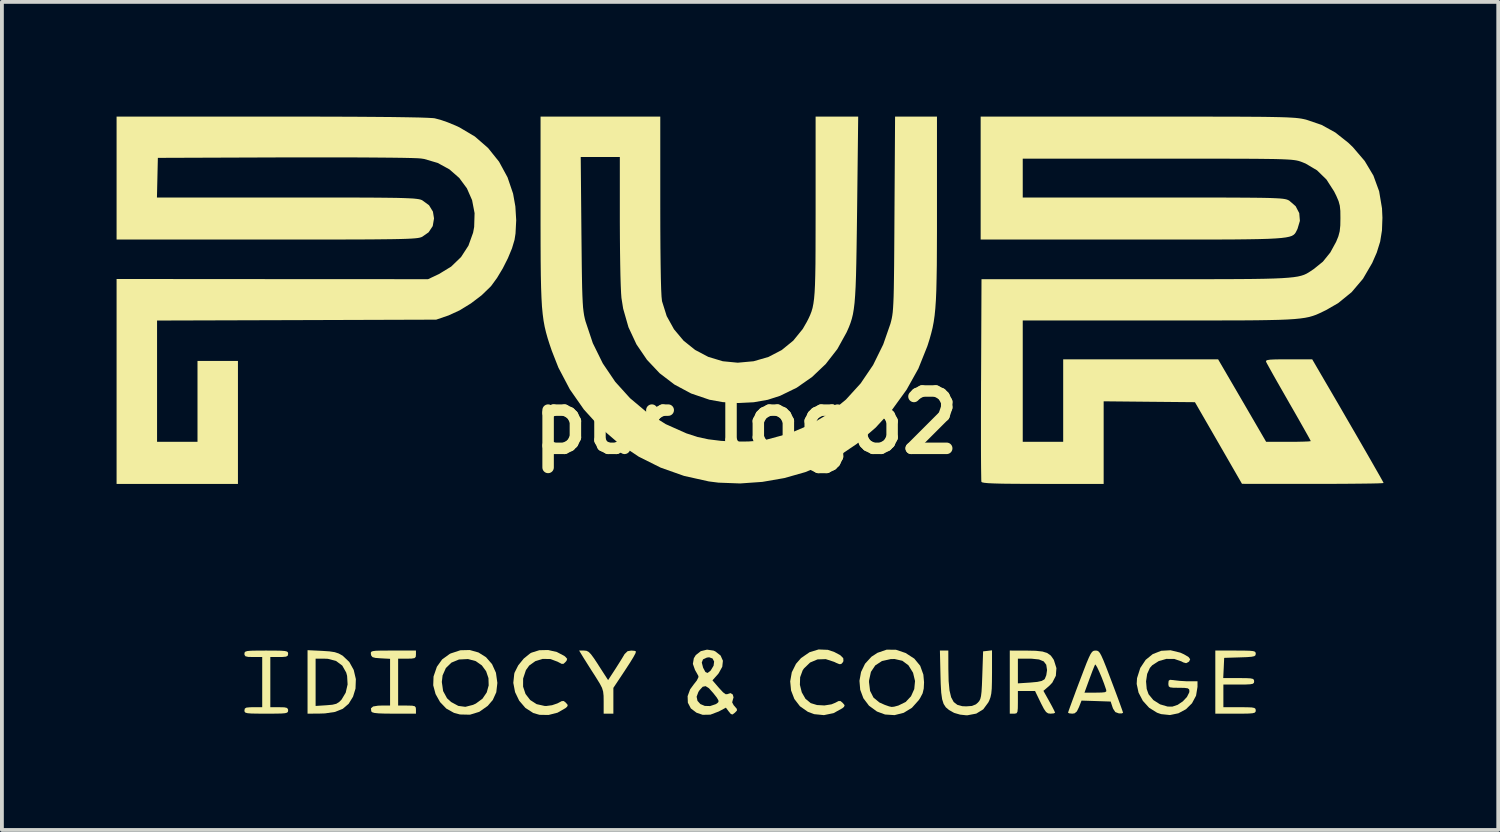
<source format=kicad_pcb>
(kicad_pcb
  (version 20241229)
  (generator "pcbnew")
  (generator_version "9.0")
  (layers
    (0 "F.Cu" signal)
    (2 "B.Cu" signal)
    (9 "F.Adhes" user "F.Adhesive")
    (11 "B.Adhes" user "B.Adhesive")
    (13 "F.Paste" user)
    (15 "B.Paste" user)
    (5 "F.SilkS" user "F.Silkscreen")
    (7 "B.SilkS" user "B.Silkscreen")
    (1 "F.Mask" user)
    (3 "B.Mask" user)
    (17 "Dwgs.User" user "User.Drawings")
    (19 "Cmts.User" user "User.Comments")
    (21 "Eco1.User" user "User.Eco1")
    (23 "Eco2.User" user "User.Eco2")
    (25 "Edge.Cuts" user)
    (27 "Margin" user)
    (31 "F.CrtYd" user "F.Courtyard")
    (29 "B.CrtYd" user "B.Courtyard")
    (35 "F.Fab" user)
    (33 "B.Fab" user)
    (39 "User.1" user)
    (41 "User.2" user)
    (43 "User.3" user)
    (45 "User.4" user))
  (footprint "pur_logo2"
    (layer "F.Cu")
    (at 16.468 8.001)
    (property "Reference" "pur_logo2" (at 0 0 0) (layer "F.SilkS") (effects (font (size 1.5 1.5) (thickness 0.3))))
    (attr board_only exclude_from_pos_files exclude_from_bom)
    (fp_poly (pts (xy -11.095 5.977) (xy -10.899 5.99) (xy -10.761 6.011) (xy -10.656 6.046) (xy -10.557 6.101) (xy -10.55 6.106) (xy -10.38 6.267) (xy -10.264 6.476) (xy -10.208 6.715) (xy -10.217 6.964) (xy -10.282 7.176) (xy -10.396 7.361) (xy -10.549 7.492) (xy -10.752 7.574) (xy -11.016 7.613) (xy -11.165 7.618) (xy -11.472 7.62) (xy -11.472 6.789) (xy -11.472 6.181) (xy -11.261 6.181) (xy -11.261 6.799) (xy -11.261 7.418) (xy -10.98 7.4) (xy -10.821 7.386) (xy -10.719 7.361) (xy -10.643 7.313) (xy -10.581 7.25) (xy -10.474 7.071) (xy -10.424 6.855) (xy -10.437 6.63) (xy -10.461 6.543) (xy -10.564 6.362) (xy -10.725 6.242) (xy -10.94 6.185) (xy -11.034 6.181) (xy -11.261 6.181) (xy -11.472 6.181) (xy -11.472 5.959)) (stroke (width 0) (type solid)) (fill yes) (layer "F.SilkS"))
    (fp_poly (pts (xy -8.636 6.075) (xy -8.642 6.135) (xy -8.674 6.167) (xy -8.753 6.179) (xy -8.869 6.181) (xy -9.102 6.181) (xy -9.102 6.795) (xy -9.102 7.408) (xy -8.869 7.408) (xy -8.735 7.411) (xy -8.666 7.426) (xy -8.64 7.461) (xy -8.636 7.514) (xy -8.636 7.62) (xy -9.209 7.62) (xy -9.448 7.618) (xy -9.615 7.612) (xy -9.722 7.601) (xy -9.782 7.583) (xy -9.805 7.559) (xy -9.813 7.48) (xy -9.757 7.432) (xy -9.629 7.411) (xy -9.544 7.408) (xy -9.313 7.408) (xy -9.313 6.797) (xy -9.313 6.185) (xy -9.557 6.172) (xy -9.696 6.161) (xy -9.772 6.141) (xy -9.805 6.102) (xy -9.814 6.064) (xy -9.817 6.027) (xy -9.805 6.001) (xy -9.765 5.984) (xy -9.685 5.974) (xy -9.552 5.97) (xy -9.353 5.969) (xy -9.232 5.969) (xy -8.636 5.969)) (stroke (width 0) (type solid)) (fill yes) (layer "F.SilkS"))
    (fp_poly (pts (xy -4.175 5.975) (xy -4.119 6.003) (xy -4.058 6.064) (xy -3.979 6.171) (xy -3.869 6.337) (xy -3.858 6.356) (xy -3.609 6.742) (xy -3.419 6.451) (xy -3.324 6.301) (xy -3.241 6.168) (xy -3.186 6.076) (xy -3.18 6.064) (xy -3.1 5.986) (xy -3.004 5.969) (xy -2.916 5.976) (xy -2.879 5.993) (xy -2.879 5.993) (xy -2.895 6.045) (xy -2.948 6.143) (xy -3.041 6.294) (xy -3.178 6.504) (xy -3.224 6.574) (xy -3.471 6.945) (xy -3.471 7.283) (xy -3.471 7.62) (xy -3.598 7.62) (xy -3.725 7.62) (xy -3.725 7.302) (xy -3.727 7.153) (xy -3.739 7.042) (xy -3.768 6.945) (xy -3.825 6.835) (xy -3.917 6.686) (xy -3.949 6.635) (xy -4.059 6.464) (xy -4.163 6.299) (xy -4.245 6.169) (xy -4.27 6.128) (xy -4.367 5.969) (xy -4.237 5.969)) (stroke (width 0) (type solid)) (fill yes) (layer "F.SilkS"))
    (fp_poly (pts (xy 2.14 5.95) (xy 2.307 6.006) (xy 2.465 6.09) (xy 2.543 6.168) (xy 2.548 6.245) (xy 2.529 6.28) (xy 2.49 6.321) (xy 2.442 6.325) (xy 2.357 6.29) (xy 2.309 6.266) (xy 2.086 6.193) (xy 1.87 6.2) (xy 1.676 6.282) (xy 1.516 6.436) (xy 1.481 6.487) (xy 1.415 6.667) (xy 1.409 6.866) (xy 1.458 7.062) (xy 1.554 7.23) (xy 1.692 7.344) (xy 1.856 7.394) (xy 2.05 7.405) (xy 2.234 7.376) (xy 2.332 7.336) (xy 2.42 7.29) (xy 2.473 7.291) (xy 2.529 7.338) (xy 2.579 7.398) (xy 2.563 7.442) (xy 2.519 7.479) (xy 2.29 7.606) (xy 2.038 7.658) (xy 1.783 7.633) (xy 1.618 7.572) (xy 1.411 7.427) (xy 1.264 7.236) (xy 1.178 7.013) (xy 1.155 6.775) (xy 1.197 6.537) (xy 1.307 6.316) (xy 1.439 6.165) (xy 1.662 6.012) (xy 1.898 5.94)) (stroke (width 0) (type solid)) (fill yes) (layer "F.SilkS"))
    (fp_poly (pts (xy 6.435 6.55) (xy 6.433 6.792) (xy 6.428 6.967) (xy 6.416 7.093) (xy 6.395 7.19) (xy 6.364 7.274) (xy 6.339 7.325) (xy 6.206 7.506) (xy 6.024 7.618) (xy 5.793 7.662) (xy 5.757 7.662) (xy 5.601 7.645) (xy 5.451 7.602) (xy 5.422 7.588) (xy 5.31 7.524) (xy 5.227 7.454) (xy 5.169 7.365) (xy 5.13 7.242) (xy 5.106 7.071) (xy 5.093 6.84) (xy 5.087 6.622) (xy 5.072 5.969) (xy 5.182 5.969) (xy 5.292 5.969) (xy 5.293 6.445) (xy 5.3 6.766) (xy 5.323 7.012) (xy 5.366 7.192) (xy 5.433 7.315) (xy 5.528 7.389) (xy 5.656 7.424) (xy 5.757 7.429) (xy 5.909 7.418) (xy 6.013 7.376) (xy 6.063 7.333) (xy 6.101 7.29) (xy 6.128 7.237) (xy 6.147 7.161) (xy 6.161 7.046) (xy 6.171 6.878) (xy 6.18 6.641) (xy 6.181 6.614) (xy 6.202 5.99) (xy 6.318 5.977) (xy 6.435 5.963)) (stroke (width 0) (type solid)) (fill yes) (layer "F.SilkS"))
    (fp_poly (pts (xy 13.026 5.97) (xy 13.174 5.974) (xy 13.266 5.983) (xy 13.314 5.999) (xy 13.332 6.025) (xy 13.335 6.052) (xy 13.328 6.091) (xy 13.297 6.116) (xy 13.227 6.131) (xy 13.102 6.141) (xy 12.922 6.147) (xy 12.509 6.16) (xy 12.497 6.424) (xy 12.484 6.689) (xy 12.888 6.689) (xy 13.076 6.69) (xy 13.194 6.696) (xy 13.26 6.71) (xy 13.287 6.735) (xy 13.293 6.773) (xy 13.287 6.813) (xy 13.258 6.838) (xy 13.191 6.851) (xy 13.07 6.857) (xy 12.89 6.858) (xy 12.488 6.858) (xy 12.488 7.154) (xy 12.488 7.451) (xy 12.912 7.451) (xy 13.104 7.452) (xy 13.228 7.457) (xy 13.297 7.47) (xy 13.328 7.494) (xy 13.335 7.531) (xy 13.335 7.535) (xy 13.33 7.57) (xy 13.307 7.594) (xy 13.25 7.609) (xy 13.148 7.617) (xy 12.985 7.62) (xy 12.806 7.62) (xy 12.277 7.62) (xy 12.277 6.795) (xy 12.277 5.969) (xy 12.806 5.969)) (stroke (width 0) (type solid)) (fill yes) (layer "F.SilkS"))
    (fp_poly (pts (xy -7 6.019) (xy -6.802 6.144) (xy -6.645 6.324) (xy -6.543 6.55) (xy -6.506 6.816) (xy -6.534 7.06) (xy -6.626 7.262) (xy -6.759 7.417) (xy -6.979 7.572) (xy -7.223 7.647) (xy -7.484 7.641) (xy -7.641 7.599) (xy -7.84 7.488) (xy -8.005 7.317) (xy -8.123 7.106) (xy -8.184 6.878) (xy -8.181 6.791) (xy -7.959 6.791) (xy -7.925 7.029) (xy -7.823 7.217) (xy -7.716 7.315) (xy -7.527 7.417) (xy -7.343 7.441) (xy -7.143 7.39) (xy -7.068 7.355) (xy -6.895 7.228) (xy -6.784 7.064) (xy -6.733 6.88) (xy -6.739 6.69) (xy -6.8 6.51) (xy -6.912 6.357) (xy -7.072 6.245) (xy -7.274 6.191) (xy -7.511 6.203) (xy -7.707 6.284) (xy -7.853 6.426) (xy -7.939 6.619) (xy -7.959 6.791) (xy -8.181 6.791) (xy -8.176 6.651) (xy -8.175 6.645) (xy -8.088 6.392) (xy -7.951 6.201) (xy -7.756 6.059) (xy -7.726 6.044) (xy -7.474 5.961) (xy -7.228 5.955)) (stroke (width 0) (type solid)) (fill yes) (layer "F.SilkS"))
    (fp_poly (pts (xy -4.951 6.006) (xy -4.758 6.107) (xy -4.73 6.129) (xy -4.68 6.185) (xy -4.696 6.236) (xy -4.724 6.269) (xy -4.774 6.315) (xy -4.823 6.317) (xy -4.906 6.274) (xy -4.925 6.263) (xy -5.116 6.191) (xy -5.319 6.187) (xy -5.512 6.246) (xy -5.673 6.361) (xy -5.759 6.481) (xy -5.832 6.701) (xy -5.833 6.913) (xy -5.769 7.105) (xy -5.648 7.262) (xy -5.479 7.371) (xy -5.269 7.418) (xy -5.226 7.419) (xy -5.076 7.399) (xy -4.937 7.352) (xy -4.913 7.34) (xy -4.823 7.292) (xy -4.769 7.289) (xy -4.715 7.332) (xy -4.712 7.335) (xy -4.664 7.394) (xy -4.681 7.438) (xy -4.722 7.474) (xy -4.931 7.594) (xy -5.167 7.654) (xy -5.404 7.65) (xy -5.567 7.603) (xy -5.773 7.469) (xy -5.935 7.28) (xy -6.043 7.056) (xy -6.089 6.814) (xy -6.064 6.576) (xy -6.054 6.542) (xy -5.96 6.356) (xy -5.815 6.178) (xy -5.648 6.043) (xy -5.613 6.024) (xy -5.409 5.96) (xy -5.178 5.955)) (stroke (width 0) (type solid)) (fill yes) (layer "F.SilkS"))
    (fp_poly (pts (xy -12.322 5.97) (xy -12.164 5.973) (xy -12.064 5.981) (xy -12.009 5.995) (xy -11.985 6.018) (xy -11.98 6.052) (xy -11.98 6.054) (xy -11.99 6.103) (xy -12.034 6.128) (xy -12.131 6.137) (xy -12.213 6.138) (xy -12.446 6.138) (xy -12.446 6.795) (xy -12.446 7.451) (xy -12.213 7.451) (xy -12.079 7.454) (xy -12.009 7.47) (xy -11.983 7.506) (xy -11.98 7.535) (xy -11.985 7.569) (xy -12.007 7.593) (xy -12.061 7.608) (xy -12.159 7.616) (xy -12.314 7.619) (xy -12.541 7.62) (xy -12.552 7.62) (xy -12.781 7.619) (xy -12.94 7.616) (xy -13.04 7.608) (xy -13.095 7.594) (xy -13.118 7.571) (xy -13.123 7.537) (xy -13.123 7.535) (xy -13.113 7.486) (xy -13.07 7.461) (xy -12.972 7.452) (xy -12.89 7.451) (xy -12.658 7.451) (xy -12.658 6.795) (xy -12.658 6.138) (xy -12.89 6.138) (xy -13.025 6.135) (xy -13.095 6.119) (xy -13.121 6.083) (xy -13.123 6.054) (xy -13.119 6.02) (xy -13.096 5.996) (xy -13.043 5.981) (xy -12.945 5.973) (xy -12.789 5.97) (xy -12.563 5.969) (xy -12.552 5.969)) (stroke (width 0) (type solid)) (fill yes) (layer "F.SilkS"))
    (fp_poly (pts (xy 3.92 5.947) (xy 4.172 6.032) (xy 4.173 6.032) (xy 4.402 6.18) (xy 4.556 6.367) (xy 4.639 6.598) (xy 4.657 6.798) (xy 4.649 6.963) (xy 4.62 7.087) (xy 4.555 7.211) (xy 4.519 7.266) (xy 4.34 7.466) (xy 4.124 7.598) (xy 3.885 7.658) (xy 3.637 7.642) (xy 3.425 7.564) (xy 3.216 7.411) (xy 3.07 7.217) (xy 2.987 6.995) (xy 2.97 6.793) (xy 3.217 6.793) (xy 3.245 7.024) (xy 3.334 7.199) (xy 3.489 7.327) (xy 3.63 7.39) (xy 3.741 7.429) (xy 3.81 7.444) (xy 3.876 7.437) (xy 3.979 7.409) (xy 3.986 7.407) (xy 4.176 7.314) (xy 4.316 7.165) (xy 4.401 6.976) (xy 4.421 6.766) (xy 4.37 6.552) (xy 4.366 6.544) (xy 4.247 6.353) (xy 4.089 6.236) (xy 3.886 6.19) (xy 3.786 6.192) (xy 3.556 6.243) (xy 3.381 6.357) (xy 3.267 6.527) (xy 3.219 6.747) (xy 3.217 6.793) (xy 2.97 6.793) (xy 2.967 6.761) (xy 3.009 6.529) (xy 3.113 6.314) (xy 3.28 6.131) (xy 3.438 6.028) (xy 3.677 5.946)) (stroke (width 0) (type solid)) (fill yes) (layer "F.SilkS"))
    (fp_poly (pts (xy 7.334 5.97) (xy 7.581 5.975) (xy 7.759 5.995) (xy 7.884 6.036) (xy 7.974 6.101) (xy 8.043 6.198) (xy 8.056 6.224) (xy 8.12 6.428) (xy 8.105 6.629) (xy 8.012 6.809) (xy 7.937 6.888) (xy 7.78 7.023) (xy 7.933 7.297) (xy 8.007 7.432) (xy 8.061 7.538) (xy 8.085 7.593) (xy 8.086 7.595) (xy 8.049 7.613) (xy 7.967 7.62) (xy 7.902 7.612) (xy 7.849 7.576) (xy 7.794 7.497) (xy 7.722 7.359) (xy 7.705 7.324) (xy 7.561 7.027) (xy 7.337 7.027) (xy 7.112 7.027) (xy 7.112 7.324) (xy 7.11 7.478) (xy 7.101 7.567) (xy 7.078 7.608) (xy 7.034 7.619) (xy 7.006 7.62) (xy 6.9 7.62) (xy 6.9 6.795) (xy 6.9 6.181) (xy 7.112 6.181) (xy 7.112 6.504) (xy 7.112 6.827) (xy 7.436 6.806) (xy 7.618 6.789) (xy 7.734 6.764) (xy 7.801 6.726) (xy 7.817 6.708) (xy 7.855 6.614) (xy 7.874 6.487) (xy 7.874 6.471) (xy 7.854 6.34) (xy 7.788 6.253) (xy 7.665 6.202) (xy 7.475 6.182) (xy 7.399 6.181) (xy 7.112 6.181) (xy 6.9 6.181) (xy 6.9 5.969)) (stroke (width 0) (type solid)) (fill yes) (layer "F.SilkS"))
    (fp_poly (pts (xy 9.184 5.972) (xy 9.22 5.99) (xy 9.256 6.031) (xy 9.297 6.106) (xy 9.35 6.225) (xy 9.42 6.399) (xy 9.511 6.637) (xy 9.561 6.769) (xy 9.653 7.013) (xy 9.734 7.23) (xy 9.798 7.407) (xy 9.843 7.533) (xy 9.863 7.594) (xy 9.864 7.597) (xy 9.828 7.614) (xy 9.751 7.612) (xy 9.662 7.579) (xy 9.604 7.492) (xy 9.588 7.451) (xy 9.539 7.303) (xy 9.158 7.29) (xy 8.777 7.278) (xy 8.71 7.449) (xy 8.655 7.561) (xy 8.596 7.611) (xy 8.534 7.62) (xy 8.452 7.611) (xy 8.424 7.594) (xy 8.439 7.549) (xy 8.479 7.436) (xy 8.54 7.269) (xy 8.614 7.07) (xy 8.854 7.07) (xy 9.15 7.07) (xy 9.305 7.067) (xy 9.391 7.058) (xy 9.425 7.036) (xy 9.423 6.998) (xy 9.422 6.996) (xy 9.366 6.833) (xy 9.303 6.669) (xy 9.24 6.521) (xy 9.186 6.406) (xy 9.146 6.341) (xy 9.132 6.335) (xy 9.107 6.391) (xy 9.061 6.506) (xy 9.004 6.659) (xy 8.98 6.723) (xy 8.854 7.07) (xy 8.614 7.07) (xy 8.617 7.06) (xy 8.707 6.821) (xy 8.727 6.769) (xy 8.83 6.498) (xy 8.908 6.296) (xy 8.968 6.154) (xy 9.014 6.06) (xy 9.052 6.005) (xy 9.088 5.978) (xy 9.125 5.97) (xy 9.144 5.969)) (stroke (width 0) (type solid)) (fill yes) (layer "F.SilkS"))
    (fp_poly (pts (xy 11.363 6.024) (xy 11.459 6.068) (xy 11.576 6.138) (xy 11.619 6.195) (xy 11.595 6.25) (xy 11.575 6.268) (xy 11.514 6.299) (xy 11.44 6.279) (xy 11.389 6.252) (xy 11.204 6.188) (xy 10.997 6.187) (xy 10.795 6.245) (xy 10.626 6.354) (xy 10.565 6.423) (xy 10.494 6.58) (xy 10.465 6.775) (xy 10.482 6.973) (xy 10.531 7.112) (xy 10.656 7.264) (xy 10.832 7.376) (xy 11.029 7.434) (xy 11.155 7.435) (xy 11.292 7.389) (xy 11.427 7.298) (xy 11.535 7.183) (xy 11.594 7.066) (xy 11.599 7.028) (xy 11.591 6.982) (xy 11.553 6.956) (xy 11.467 6.945) (xy 11.324 6.943) (xy 11.176 6.941) (xy 11.094 6.931) (xy 11.058 6.904) (xy 11.049 6.853) (xy 11.049 6.831) (xy 11.056 6.76) (xy 11.092 6.734) (xy 11.182 6.742) (xy 11.208 6.746) (xy 11.348 6.762) (xy 11.518 6.772) (xy 11.589 6.773) (xy 11.811 6.773) (xy 11.811 6.919) (xy 11.773 7.15) (xy 11.667 7.348) (xy 11.509 7.504) (xy 11.312 7.61) (xy 11.091 7.656) (xy 10.86 7.632) (xy 10.753 7.595) (xy 10.546 7.466) (xy 10.381 7.284) (xy 10.269 7.07) (xy 10.22 6.842) (xy 10.229 6.691) (xy 10.314 6.424) (xy 10.455 6.212) (xy 10.641 6.061) (xy 10.862 5.975) (xy 11.106 5.961)) (stroke (width 0) (type solid)) (fill yes) (layer "F.SilkS"))
    (fp_poly (pts (xy -0.85 5.97) (xy -0.804 5.991) (xy -0.666 6.099) (xy -0.605 6.235) (xy -0.622 6.393) (xy -0.716 6.563) (xy -0.758 6.613) (xy -0.879 6.748) (xy -0.706 6.949) (xy -0.601 7.062) (xy -0.531 7.112) (xy -0.483 7.109) (xy -0.478 7.105) (xy -0.405 7.082) (xy -0.347 7.119) (xy -0.327 7.194) (xy -0.343 7.247) (xy -0.363 7.324) (xy -0.323 7.4) (xy -0.299 7.426) (xy -0.24 7.496) (xy -0.239 7.54) (xy -0.292 7.595) (xy -0.353 7.641) (xy -0.397 7.629) (xy -0.45 7.566) (xy -0.527 7.463) (xy -0.714 7.563) (xy -0.933 7.646) (xy -1.135 7.65) (xy -1.296 7.595) (xy -1.444 7.483) (xy -1.522 7.334) (xy -1.528 7.177) (xy -1.293 7.177) (xy -1.27 7.286) (xy -1.194 7.369) (xy -1.079 7.417) (xy -0.94 7.421) (xy -0.794 7.372) (xy -0.754 7.347) (xy -0.721 7.314) (xy -0.723 7.27) (xy -0.766 7.198) (xy -0.858 7.081) (xy -0.971 6.954) (xy -1.058 6.9) (xy -1.134 6.916) (xy -1.214 7.003) (xy -1.247 7.052) (xy -1.293 7.177) (xy -1.528 7.177) (xy -1.529 7.163) (xy -1.463 6.984) (xy -1.371 6.858) (xy -1.288 6.752) (xy -1.246 6.667) (xy -1.246 6.636) (xy -1.287 6.561) (xy -1.335 6.477) (xy -1.391 6.318) (xy -1.385 6.282) (xy -1.158 6.282) (xy -1.125 6.412) (xy -1.119 6.426) (xy -1.063 6.53) (xy -1.007 6.555) (xy -0.939 6.505) (xy -0.923 6.488) (xy -0.849 6.365) (xy -0.835 6.256) (xy -0.876 6.177) (xy -0.965 6.145) (xy -1.026 6.153) (xy -1.126 6.2) (xy -1.158 6.282) (xy -1.385 6.282) (xy -1.366 6.17) (xy -1.313 6.085) (xy -1.184 5.985) (xy -1.02 5.945)) (stroke (width 0) (type solid)) (fill yes) (layer "F.SilkS"))
    (fp_poly (pts (xy -11.637 -8.001) (xy -10.921 -7.999) (xy -10.285 -7.997) (xy -9.73 -7.993) (xy -9.257 -7.989) (xy -8.865 -7.983) (xy -8.557 -7.977) (xy -8.331 -7.969) (xy -8.189 -7.961) (xy -8.146 -7.956) (xy -7.996 -7.917) (xy -7.803 -7.85) (xy -7.597 -7.765) (xy -7.498 -7.719) (xy -7.095 -7.48) (xy -6.748 -7.178) (xy -6.462 -6.821) (xy -6.24 -6.412) (xy -6.095 -5.986) (xy -6.035 -5.65) (xy -6.013 -5.289) (xy -6.031 -4.941) (xy -6.057 -4.775) (xy -6.123 -4.554) (xy -6.23 -4.296) (xy -6.365 -4.029) (xy -6.515 -3.779) (xy -6.664 -3.575) (xy -6.689 -3.547) (xy -6.919 -3.325) (xy -7.198 -3.113) (xy -7.495 -2.931) (xy -7.782 -2.799) (xy -7.823 -2.785) (xy -8.107 -2.688) (xy -11.758 -2.676) (xy -15.409 -2.665) (xy -15.409 -1.078) (xy -15.409 0.508) (xy -14.88 0.508) (xy -14.351 0.508) (xy -14.351 -0.55) (xy -14.351 -1.609) (xy -13.822 -1.609) (xy -13.293 -1.609) (xy -13.293 0) (xy -13.293 1.609) (xy -14.88 1.609) (xy -16.468 1.609) (xy -16.468 -1.072) (xy -16.468 -3.752) (xy -12.393 -3.749) (xy -8.319 -3.747) (xy -8.035 -3.881) (xy -7.715 -4.076) (xy -7.456 -4.326) (xy -7.263 -4.624) (xy -7.141 -4.963) (xy -7.113 -5.112) (xy -7.102 -5.474) (xy -7.167 -5.814) (xy -7.303 -6.124) (xy -7.503 -6.395) (xy -7.76 -6.62) (xy -8.067 -6.788) (xy -8.417 -6.891) (xy -8.5 -6.904) (xy -8.589 -6.911) (xy -8.757 -6.917) (xy -8.995 -6.922) (xy -9.299 -6.926) (xy -9.66 -6.929) (xy -10.073 -6.932) (xy -10.53 -6.933) (xy -11.025 -6.934) (xy -11.551 -6.934) (xy -12.086 -6.933) (xy -15.388 -6.921) (xy -15.4 -6.403) (xy -15.412 -5.884) (xy -12.013 -5.884) (xy -11.395 -5.884) (xy -10.855 -5.884) (xy -10.388 -5.883) (xy -9.99 -5.882) (xy -9.653 -5.88) (xy -9.372 -5.877) (xy -9.143 -5.874) (xy -8.958 -5.869) (xy -8.813 -5.863) (xy -8.701 -5.857) (xy -8.618 -5.848) (xy -8.557 -5.839) (xy -8.512 -5.828) (xy -8.479 -5.815) (xy -8.47 -5.81) (xy -8.294 -5.682) (xy -8.192 -5.515) (xy -8.163 -5.337) (xy -8.197 -5.136) (xy -8.305 -4.973) (xy -8.47 -4.858) (xy -8.499 -4.845) (xy -8.536 -4.834) (xy -8.588 -4.824) (xy -8.66 -4.816) (xy -8.756 -4.809) (xy -8.882 -4.803) (xy -9.043 -4.798) (xy -9.244 -4.794) (xy -9.491 -4.791) (xy -9.789 -4.788) (xy -10.143 -4.786) (xy -10.558 -4.785) (xy -11.04 -4.784) (xy -11.594 -4.784) (xy -12.224 -4.784) (xy -12.541 -4.784) (xy -16.468 -4.784) (xy -16.468 -6.392) (xy -16.468 -8.001) (xy -12.433 -8.001)) (stroke (width 0) (type solid)) (fill yes) (layer "F.SilkS"))
    (fp_poly (pts (xy -2.244 -5.696) (xy -2.243 -5.098) (xy -2.24 -4.578) (xy -2.235 -4.136) (xy -2.229 -3.773) (xy -2.221 -3.492) (xy -2.211 -3.292) (xy -2.199 -3.176) (xy -2.197 -3.167) (xy -2.076 -2.782) (xy -1.885 -2.437) (xy -1.635 -2.139) (xy -1.332 -1.896) (xy -0.987 -1.714) (xy -0.608 -1.6) (xy -0.218 -1.562) (xy 0.198 -1.6) (xy 0.585 -1.712) (xy 0.933 -1.893) (xy 1.235 -2.139) (xy 1.483 -2.444) (xy 1.59 -2.63) (xy 1.638 -2.724) (xy 1.678 -2.812) (xy 1.712 -2.9) (xy 1.74 -2.995) (xy 1.762 -3.106) (xy 1.78 -3.24) (xy 1.794 -3.404) (xy 1.804 -3.605) (xy 1.811 -3.851) (xy 1.816 -4.149) (xy 1.818 -4.507) (xy 1.819 -4.932) (xy 1.82 -5.431) (xy 1.82 -5.641) (xy 1.82 -8.001) (xy 2.377 -8.001) (xy 2.934 -8.001) (xy 2.906 -5.599) (xy 2.899 -5.051) (xy 2.892 -4.58) (xy 2.885 -4.18) (xy 2.877 -3.842) (xy 2.867 -3.559) (xy 2.854 -3.323) (xy 2.839 -3.128) (xy 2.819 -2.966) (xy 2.796 -2.829) (xy 2.767 -2.71) (xy 2.733 -2.602) (xy 2.693 -2.497) (xy 2.645 -2.388) (xy 2.629 -2.353) (xy 2.389 -1.919) (xy 2.085 -1.528) (xy 1.727 -1.188) (xy 1.326 -0.908) (xy 0.891 -0.696) (xy 0.569 -0.592) (xy 0.2 -0.527) (xy -0.206 -0.507) (xy -0.611 -0.531) (xy -0.956 -0.593) (xy -1.435 -0.756) (xy -1.871 -0.989) (xy -2.259 -1.285) (xy -2.592 -1.638) (xy -2.867 -2.042) (xy -3.076 -2.49) (xy -3.215 -2.976) (xy -3.26 -3.258) (xy -3.269 -3.383) (xy -3.278 -3.58) (xy -3.286 -3.838) (xy -3.292 -4.145) (xy -3.297 -4.489) (xy -3.3 -4.859) (xy -3.302 -5.242) (xy -3.302 -5.281) (xy -3.302 -6.943) (xy -3.814 -6.943) (xy -4.325 -6.943) (xy -4.307 -4.964) (xy -4.302 -4.498) (xy -4.298 -4.108) (xy -4.293 -3.787) (xy -4.288 -3.524) (xy -4.281 -3.313) (xy -4.273 -3.143) (xy -4.264 -3.008) (xy -4.251 -2.898) (xy -4.237 -2.804) (xy -4.219 -2.719) (xy -4.2 -2.646) (xy -4.009 -2.074) (xy -3.748 -1.544) (xy -3.422 -1.062) (xy -3.035 -0.634) (xy -2.593 -0.263) (xy -2.1 0.046) (xy -1.562 0.286) (xy -1.267 0.382) (xy -0.987 0.442) (xy -0.653 0.483) (xy -0.293 0.502) (xy 0.063 0.499) (xy 0.386 0.474) (xy 0.55 0.447) (xy 1.14 0.287) (xy 1.682 0.058) (xy 2.175 -0.237) (xy 2.614 -0.598) (xy 2.998 -1.02) (xy 3.324 -1.501) (xy 3.589 -2.04) (xy 3.776 -2.577) (xy 3.795 -2.647) (xy 3.811 -2.715) (xy 3.825 -2.791) (xy 3.837 -2.879) (xy 3.846 -2.989) (xy 3.854 -3.126) (xy 3.861 -3.299) (xy 3.866 -3.513) (xy 3.87 -3.777) (xy 3.874 -4.097) (xy 3.877 -4.48) (xy 3.88 -4.934) (xy 3.883 -5.45) (xy 3.899 -8.001) (xy 4.447 -8.001) (xy 4.995 -8.001) (xy 4.995 -5.577) (xy 4.995 -5.015) (xy 4.993 -4.53) (xy 4.991 -4.113) (xy 4.985 -3.758) (xy 4.978 -3.456) (xy 4.967 -3.2) (xy 4.952 -2.982) (xy 4.933 -2.793) (xy 4.909 -2.627) (xy 4.88 -2.475) (xy 4.844 -2.33) (xy 4.803 -2.183) (xy 4.754 -2.027) (xy 4.74 -1.986) (xy 4.508 -1.407) (xy 4.2 -0.855) (xy 3.825 -0.337) (xy 3.391 0.136) (xy 2.904 0.557) (xy 2.374 0.916) (xy 2.053 1.091) (xy 1.552 1.3) (xy 1.003 1.456) (xy 0.427 1.556) (xy -0.154 1.597) (xy -0.721 1.576) (xy -0.974 1.544) (xy -1.621 1.4) (xy -2.234 1.183) (xy -2.808 0.896) (xy -3.338 0.543) (xy -3.818 0.13) (xy -4.244 -0.34) (xy -4.609 -0.863) (xy -4.909 -1.433) (xy -5.081 -1.871) (xy -5.14 -2.044) (xy -5.19 -2.201) (xy -5.232 -2.351) (xy -5.268 -2.501) (xy -5.297 -2.659) (xy -5.32 -2.834) (xy -5.339 -3.032) (xy -5.352 -3.262) (xy -5.362 -3.532) (xy -5.369 -3.849) (xy -5.373 -4.222) (xy -5.375 -4.659) (xy -5.376 -5.167) (xy -5.376 -5.556) (xy -5.376 -8.001) (xy -3.81 -8.001) (xy -2.244 -8.001)) (stroke (width 0) (type solid)) (fill yes) (layer "F.SilkS"))
    (fp_poly (pts (xy 10.92 -8.001) (xy 11.522 -8.001) (xy 12.05 -8) (xy 12.51 -7.999) (xy 12.907 -7.998) (xy 13.246 -7.996) (xy 13.533 -7.994) (xy 13.772 -7.99) (xy 13.97 -7.986) (xy 14.132 -7.981) (xy 14.263 -7.974) (xy 14.369 -7.967) (xy 14.454 -7.958) (xy 14.525 -7.948) (xy 14.586 -7.936) (xy 14.643 -7.923) (xy 14.668 -7.916) (xy 15.058 -7.783) (xy 15.415 -7.586) (xy 15.754 -7.318) (xy 15.877 -7.2) (xy 16.185 -6.84) (xy 16.413 -6.458) (xy 16.563 -6.047) (xy 16.638 -5.6) (xy 16.649 -5.355) (xy 16.637 -5.022) (xy 16.59 -4.73) (xy 16.501 -4.444) (xy 16.381 -4.17) (xy 16.14 -3.757) (xy 15.843 -3.407) (xy 15.49 -3.12) (xy 15.177 -2.94) (xy 15.081 -2.893) (xy 14.995 -2.852) (xy 14.913 -2.816) (xy 14.828 -2.786) (xy 14.734 -2.759) (xy 14.626 -2.737) (xy 14.498 -2.719) (xy 14.345 -2.704) (xy 14.159 -2.692) (xy 13.936 -2.683) (xy 13.669 -2.677) (xy 13.353 -2.672) (xy 12.982 -2.669) (xy 12.549 -2.668) (xy 12.05 -2.667) (xy 11.478 -2.667) (xy 10.827 -2.667) (xy 10.807 -2.667) (xy 7.239 -2.667) (xy 7.239 -1.079) (xy 7.239 0.508) (xy 7.768 0.508) (xy 8.297 0.508) (xy 8.297 -0.572) (xy 8.297 -1.651) (xy 10.324 -1.651) (xy 12.35 -1.651) (xy 12.979 -0.572) (xy 13.607 0.508) (xy 14.191 0.508) (xy 14.402 0.507) (xy 14.579 0.503) (xy 14.707 0.498) (xy 14.77 0.491) (xy 14.774 0.489) (xy 14.754 0.448) (xy 14.697 0.344) (xy 14.608 0.186) (xy 14.494 -0.016) (xy 14.359 -0.253) (xy 14.208 -0.515) (xy 14.201 -0.528) (xy 14.049 -0.794) (xy 13.91 -1.037) (xy 13.79 -1.249) (xy 13.696 -1.418) (xy 13.632 -1.534) (xy 13.604 -1.588) (xy 13.604 -1.588) (xy 13.605 -1.613) (xy 13.637 -1.63) (xy 13.713 -1.642) (xy 13.843 -1.648) (xy 14.039 -1.651) (xy 14.196 -1.651) (xy 14.812 -1.651) (xy 15.04 -1.259) (xy 15.29 -0.831) (xy 15.531 -0.418) (xy 15.757 -0.027) (xy 15.968 0.336) (xy 16.157 0.664) (xy 16.323 0.952) (xy 16.461 1.194) (xy 16.569 1.383) (xy 16.642 1.513) (xy 16.677 1.579) (xy 16.679 1.585) (xy 16.638 1.59) (xy 16.521 1.595) (xy 16.337 1.599) (xy 16.093 1.602) (xy 15.8 1.605) (xy 15.464 1.607) (xy 15.095 1.608) (xy 14.827 1.608) (xy 12.975 1.607) (xy 12.36 0.539) (xy 11.744 -0.529) (xy 10.55 -0.54) (xy 9.356 -0.552) (xy 9.356 0.529) (xy 9.356 1.609) (xy 7.767 1.609) (xy 7.338 1.608) (xy 6.986 1.606) (xy 6.707 1.603) (xy 6.493 1.597) (xy 6.337 1.59) (xy 6.234 1.58) (xy 6.176 1.568) (xy 6.158 1.556) (xy 6.154 1.505) (xy 6.152 1.377) (xy 6.149 1.179) (xy 6.147 0.919) (xy 6.146 0.604) (xy 6.146 0.241) (xy 6.146 -0.163) (xy 6.147 -0.599) (xy 6.148 -1.061) (xy 6.149 -1.122) (xy 6.16 -3.747) (xy 10.202 -3.747) (xy 10.895 -3.746) (xy 11.508 -3.746) (xy 12.047 -3.747) (xy 12.517 -3.748) (xy 12.924 -3.75) (xy 13.272 -3.753) (xy 13.568 -3.758) (xy 13.816 -3.765) (xy 14.021 -3.774) (xy 14.19 -3.786) (xy 14.327 -3.8) (xy 14.437 -3.817) (xy 14.526 -3.838) (xy 14.599 -3.862) (xy 14.661 -3.89) (xy 14.718 -3.923) (xy 14.775 -3.96) (xy 14.837 -4.002) (xy 14.847 -4.008) (xy 15.091 -4.205) (xy 15.285 -4.445) (xy 15.438 -4.725) (xy 15.496 -4.867) (xy 15.531 -4.999) (xy 15.547 -5.154) (xy 15.55 -5.344) (xy 15.548 -5.533) (xy 15.534 -5.67) (xy 15.502 -5.789) (xy 15.444 -5.924) (xy 15.385 -6.043) (xy 15.185 -6.354) (xy 14.938 -6.595) (xy 14.639 -6.772) (xy 14.544 -6.811) (xy 14.5 -6.827) (xy 14.455 -6.841) (xy 14.403 -6.853) (xy 14.339 -6.863) (xy 14.257 -6.872) (xy 14.15 -6.879) (xy 14.014 -6.885) (xy 13.843 -6.89) (xy 13.63 -6.893) (xy 13.371 -6.896) (xy 13.059 -6.898) (xy 12.688 -6.899) (xy 12.254 -6.9) (xy 11.75 -6.9) (xy 11.171 -6.9) (xy 10.772 -6.9) (xy 7.239 -6.9) (xy 7.239 -6.392) (xy 7.239 -5.884) (xy 10.657 -5.884) (xy 11.276 -5.884) (xy 11.815 -5.884) (xy 12.281 -5.883) (xy 12.679 -5.882) (xy 13.015 -5.88) (xy 13.295 -5.878) (xy 13.524 -5.875) (xy 13.708 -5.871) (xy 13.853 -5.865) (xy 13.963 -5.859) (xy 14.046 -5.851) (xy 14.106 -5.841) (xy 14.15 -5.83) (xy 14.182 -5.817) (xy 14.209 -5.803) (xy 14.211 -5.802) (xy 14.379 -5.656) (xy 14.473 -5.475) (xy 14.49 -5.273) (xy 14.427 -5.062) (xy 14.422 -5.052) (xy 14.4 -5.008) (xy 14.38 -4.969) (xy 14.356 -4.935) (xy 14.323 -4.905) (xy 14.277 -4.879) (xy 14.212 -4.858) (xy 14.123 -4.84) (xy 14.005 -4.825) (xy 13.854 -4.813) (xy 13.663 -4.803) (xy 13.428 -4.796) (xy 13.145 -4.791) (xy 12.807 -4.787) (xy 12.41 -4.785) (xy 11.948 -4.784) (xy 11.417 -4.784) (xy 10.812 -4.784) (xy 10.128 -4.784) (xy 10.101 -4.784) (xy 6.138 -4.784) (xy 6.138 -6.392) (xy 6.138 -8.001) (xy 10.238 -8.001)) (stroke (width 0) (type solid)) (fill yes) (layer "F.SilkS")))
  (gr_rect
    (start -3 -3)
    (end 36.147 18.663)
    (stroke (width 0.1) (type default))
    (fill no)
    (layer "Edge.Cuts")))
</source>
